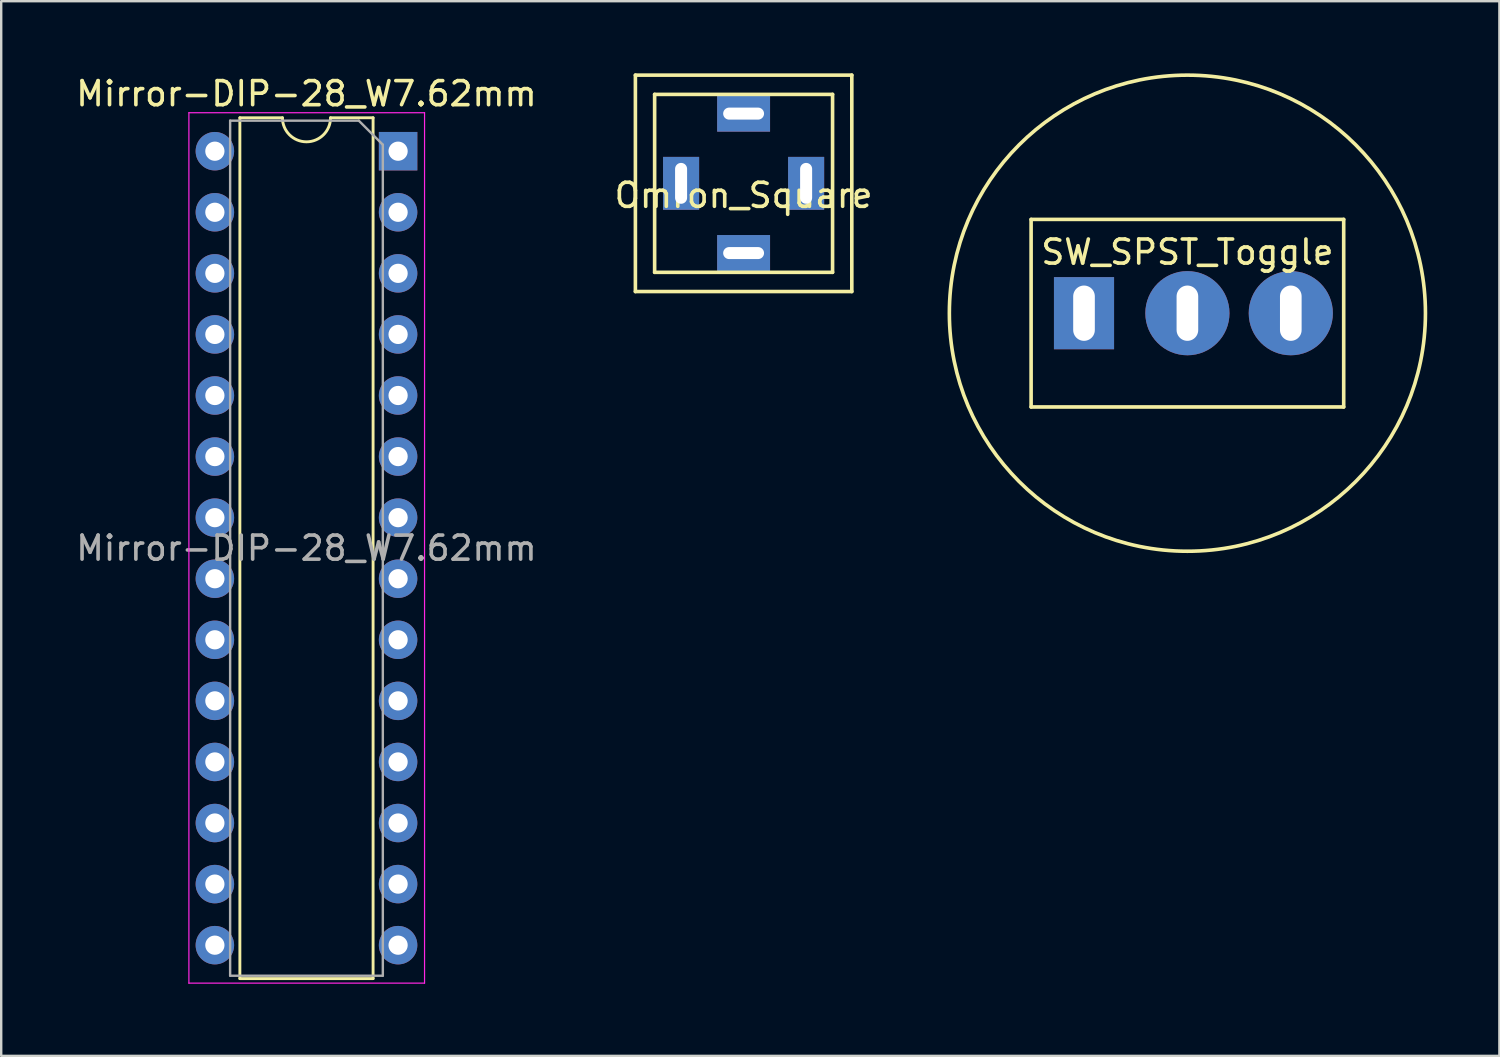
<source format=kicad_pcb>
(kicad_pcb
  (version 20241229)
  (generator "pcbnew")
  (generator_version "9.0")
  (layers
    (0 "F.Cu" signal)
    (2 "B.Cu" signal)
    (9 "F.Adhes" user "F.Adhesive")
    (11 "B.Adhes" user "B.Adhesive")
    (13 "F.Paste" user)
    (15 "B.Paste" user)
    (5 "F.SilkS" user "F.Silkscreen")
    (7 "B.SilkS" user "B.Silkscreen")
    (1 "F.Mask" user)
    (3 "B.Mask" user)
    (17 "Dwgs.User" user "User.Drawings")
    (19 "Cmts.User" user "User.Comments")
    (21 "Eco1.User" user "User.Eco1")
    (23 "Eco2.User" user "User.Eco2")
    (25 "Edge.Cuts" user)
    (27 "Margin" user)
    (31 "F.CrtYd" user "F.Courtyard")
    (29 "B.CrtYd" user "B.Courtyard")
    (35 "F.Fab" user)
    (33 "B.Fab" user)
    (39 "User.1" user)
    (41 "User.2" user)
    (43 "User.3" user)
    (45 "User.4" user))
  (footprint "SW_SPST_Toggle"
    (layer "F.Cu")
    (at 46.332 9.975)
    (property "Reference" "SW_SPST_Toggle" (at 0 -2.54 0) (layer "F.SilkS") (effects (font (size 1 1) (thickness 0.15))))
    (attr through_hole)
    (fp_line (start -6.5 -3.9) (end 6.5 -3.9) (stroke (width 0.15) (type solid)) (layer "F.SilkS"))
    (fp_line (start -6.5 3.9) (end -6.5 -3.9) (stroke (width 0.15) (type solid)) (layer "F.SilkS"))
    (fp_line (start 6.5 -3.9) (end 6.5 3.9) (stroke (width 0.15) (type solid)) (layer "F.SilkS"))
    (fp_line (start 6.5 3.9) (end -6.5 3.9) (stroke (width 0.15) (type solid)) (layer "F.SilkS"))
    (fp_circle (center 0 0) (end 9.9 0) (stroke (width 0.15) (type solid)) (fill no) (layer "F.SilkS"))
    (pad "1" thru_hole circle (at 0 0) (size 3.5 3.5) (drill oval 0.9 2.3) (layers "*.Cu" "*.Mask"))
    (pad "2" thru_hole rect (at -4.3 0) (size 2.5 3) (drill oval 0.9 2.3) (layers "*.Cu" "*.Mask"))
    (pad "3" thru_hole circle (at 4.3 0) (size 3.5 3.5) (drill oval 0.9 2.3) (layers "*.Cu" "*.Mask")))
  (footprint "Mirror-DIP-28_W7.62mm"
    (layer "F.Cu")
    (at 13.506 3.238)
    (property "Reference" "Mirror-DIP-28_W7.62mm" (at -3.81 -2.39 0) (layer "F.SilkS") (effects (font (size 1 1) (thickness 0.15))))
    (attr through_hole)
    (fp_line (start -6.58 -1.39) (end -4.81 -1.39) (stroke (width 0.12) (type solid)) (layer "F.SilkS"))
    (fp_line (start -6.58 34.41) (end -6.58 -1.39) (stroke (width 0.12) (type solid)) (layer "F.SilkS"))
    (fp_line (start -2.81 -1.39) (end -1.04 -1.39) (stroke (width 0.12) (type solid)) (layer "F.SilkS"))
    (fp_line (start -1.04 -1.39) (end -1.04 34.41) (stroke (width 0.12) (type solid)) (layer "F.SilkS"))
    (fp_line (start -1.04 34.41) (end -6.58 34.41) (stroke (width 0.12) (type solid)) (layer "F.SilkS"))
    (fp_arc (start -2.81 -1.39) (mid -3.81 -0.39) (end -4.81 -1.39) (stroke (width 0.12) (type solid)) (layer "F.SilkS"))
    (fp_line (start -8.7 -1.6) (end 1.1 -1.6) (stroke (width 0.05) (type solid)) (layer "F.CrtYd"))
    (fp_line (start -8.7 34.6) (end -8.7 -1.6) (stroke (width 0.05) (type solid)) (layer "F.CrtYd"))
    (fp_line (start 1.1 -1.6) (end 1.1 34.6) (stroke (width 0.05) (type solid)) (layer "F.CrtYd"))
    (fp_line (start 1.1 34.6) (end -8.7 34.6) (stroke (width 0.05) (type solid)) (layer "F.CrtYd"))
    (fp_line (start -6.985 -1.27) (end -6.985 34.29) (stroke (width 0.1) (type solid)) (layer "F.Fab"))
    (fp_line (start -6.985 34.29) (end -0.635 34.29) (stroke (width 0.1) (type solid)) (layer "F.Fab"))
    (fp_line (start -1.635 -1.27) (end -6.985 -1.27) (stroke (width 0.1) (type solid)) (layer "F.Fab"))
    (fp_line (start -0.635 -0.27) (end -1.635 -1.27) (stroke (width 0.1) (type solid)) (layer "F.Fab"))
    (fp_line (start -0.635 34.29) (end -0.635 -0.27) (stroke (width 0.1) (type solid)) (layer "F.Fab"))
    (fp_text user "${REFERENCE}" (at -3.81 16.51 0) (layer "F.Fab") (effects (font (size 1 1) (thickness 0.15))))
    (pad "1" thru_hole rect (at 0 0) (size 1.6 1.6) (drill 0.8) (layers "*.Cu" "*.Mask"))
    (pad "2" thru_hole oval (at 0 2.54) (size 1.6 1.6) (drill 0.8) (layers "*.Cu" "*.Mask"))
    (pad "3" thru_hole oval (at 0 5.08) (size 1.6 1.6) (drill 0.8) (layers "*.Cu" "*.Mask"))
    (pad "4" thru_hole oval (at 0 7.62) (size 1.6 1.6) (drill 0.8) (layers "*.Cu" "*.Mask"))
    (pad "5" thru_hole oval (at 0 10.16) (size 1.6 1.6) (drill 0.8) (layers "*.Cu" "*.Mask"))
    (pad "6" thru_hole oval (at 0 12.7) (size 1.6 1.6) (drill 0.8) (layers "*.Cu" "*.Mask"))
    (pad "7" thru_hole oval (at 0 15.24) (size 1.6 1.6) (drill 0.8) (layers "*.Cu" "*.Mask"))
    (pad "8" thru_hole oval (at 0 17.78) (size 1.6 1.6) (drill 0.8) (layers "*.Cu" "*.Mask"))
    (pad "9" thru_hole oval (at 0 20.32) (size 1.6 1.6) (drill 0.8) (layers "*.Cu" "*.Mask"))
    (pad "10" thru_hole oval (at 0 22.86) (size 1.6 1.6) (drill 0.8) (layers "*.Cu" "*.Mask"))
    (pad "11" thru_hole oval (at 0 25.4) (size 1.6 1.6) (drill 0.8) (layers "*.Cu" "*.Mask"))
    (pad "12" thru_hole oval (at 0 27.94) (size 1.6 1.6) (drill 0.8) (layers "*.Cu" "*.Mask"))
    (pad "13" thru_hole oval (at 0 30.48) (size 1.6 1.6) (drill 0.8) (layers "*.Cu" "*.Mask"))
    (pad "14" thru_hole oval (at 0 33.02) (size 1.6 1.6) (drill 0.8) (layers "*.Cu" "*.Mask"))
    (pad "15" thru_hole oval (at -7.62 33.02) (size 1.6 1.6) (drill 0.8) (layers "*.Cu" "*.Mask"))
    (pad "16" thru_hole oval (at -7.62 30.48) (size 1.6 1.6) (drill 0.8) (layers "*.Cu" "*.Mask"))
    (pad "17" thru_hole oval (at -7.62 27.94) (size 1.6 1.6) (drill 0.8) (layers "*.Cu" "*.Mask"))
    (pad "18" thru_hole oval (at -7.62 25.4) (size 1.6 1.6) (drill 0.8) (layers "*.Cu" "*.Mask"))
    (pad "19" thru_hole oval (at -7.62 22.86) (size 1.6 1.6) (drill 0.8) (layers "*.Cu" "*.Mask"))
    (pad "20" thru_hole oval (at -7.62 20.32) (size 1.6 1.6) (drill 0.8) (layers "*.Cu" "*.Mask"))
    (pad "21" thru_hole oval (at -7.62 17.78) (size 1.6 1.6) (drill 0.8) (layers "*.Cu" "*.Mask"))
    (pad "22" thru_hole oval (at -7.62 15.24) (size 1.6 1.6) (drill 0.8) (layers "*.Cu" "*.Mask"))
    (pad "23" thru_hole oval (at -7.62 12.7) (size 1.6 1.6) (drill 0.8) (layers "*.Cu" "*.Mask"))
    (pad "24" thru_hole oval (at -7.62 10.16) (size 1.6 1.6) (drill 0.8) (layers "*.Cu" "*.Mask"))
    (pad "25" thru_hole oval (at -7.62 7.62) (size 1.6 1.6) (drill 0.8) (layers "*.Cu" "*.Mask"))
    (pad "26" thru_hole oval (at -7.62 5.08) (size 1.6 1.6) (drill 0.8) (layers "*.Cu" "*.Mask"))
    (pad "27" thru_hole oval (at -7.62 2.54) (size 1.6 1.6) (drill 0.8) (layers "*.Cu" "*.Mask"))
    (pad "28" thru_hole oval (at -7.62 0) (size 1.6 1.6) (drill 0.8) (layers "*.Cu" "*.Mask")))
  (footprint "Omron_Square"
    (layer "F.Cu")
    (at 27.875 4.575)
    (property "Reference" "Omron_Square" (at 0 0.5 0) (layer "F.SilkS") (effects (font (size 1 1) (thickness 0.15))))
    (attr through_hole)
    (fp_line (start -4.5 -4.5) (end 4.5 -4.5) (stroke (width 0.15) (type solid)) (layer "F.SilkS"))
    (fp_line (start -4.5 4.5) (end -4.5 -4.5) (stroke (width 0.15) (type solid)) (layer "F.SilkS"))
    (fp_line (start -3.7 -3.7) (end -3.7 3.7) (stroke (width 0.15) (type solid)) (layer "F.SilkS"))
    (fp_line (start -3.7 -3.7) (end 3.7 -3.7) (stroke (width 0.15) (type solid)) (layer "F.SilkS"))
    (fp_line (start -3.7 3.7) (end 3.7 3.7) (stroke (width 0.15) (type solid)) (layer "F.SilkS"))
    (fp_line (start 3.7 -3.7) (end 3.7 3.7) (stroke (width 0.15) (type solid)) (layer "F.SilkS"))
    (fp_line (start 4.5 -4.5) (end 4.5 4.5) (stroke (width 0.15) (type solid)) (layer "F.SilkS"))
    (fp_line (start 4.5 4.5) (end -4.5 4.5) (stroke (width 0.15) (type solid)) (layer "F.SilkS"))
    (pad "1" thru_hole rect (at -2.6 0) (size 1.5 2.2) (drill oval 0.5 1.7) (layers "*.Cu" "*.Mask"))
    (pad "2" thru_hole rect (at 2.6 0) (size 1.5 2.2) (drill oval 0.5 1.7) (layers "*.Cu" "*.Mask"))
    (pad "3" thru_hole rect (at 0 2.9) (size 2.2 1.5) (drill oval 1.7 0.5) (layers "*.Cu" "*.Mask"))
    (pad "4" thru_hole rect (at 0 -2.9) (size 2.2 1.5) (drill oval 1.7 0.5) (layers "*.Cu" "*.Mask")))
  (gr_rect
    (start -3 -3)
    (end 59.307 40.863)
    (stroke (width 0.1) (type default))
    (fill no)
    (layer "Edge.Cuts")))
</source>
